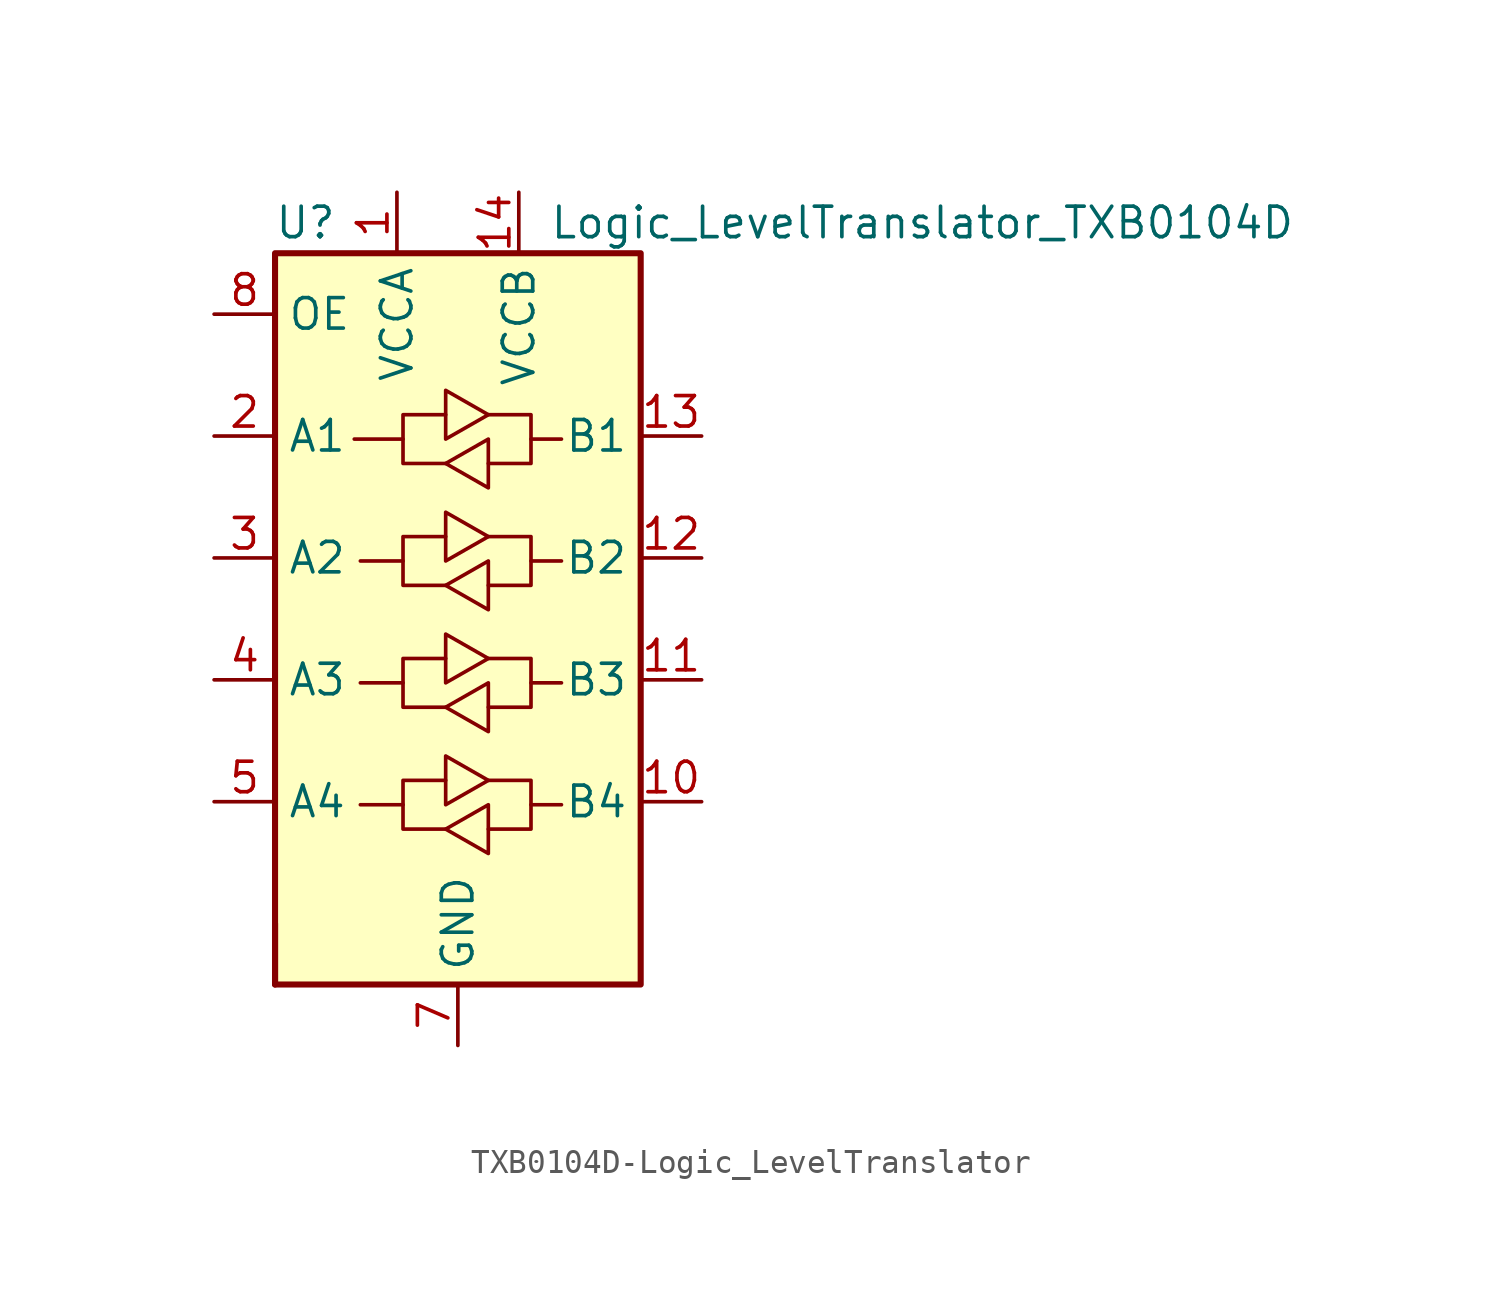
<source format=kicad_sym>
(kicad_symbol_lib
  (version 20231120)
  (generator "kicad_symbol_editor")
  (generator_version "8.0")
  (symbol "TXB0104D-Logic_LevelTranslator"
    (property "Reference" "U"
      (at -6.35 16.51 0)
      (effects (font (size 1.27 1.27))))
    (property "Value" "Logic_LevelTranslator_TXB0104D"
      (at 3.81 16.51 0)
      (effects (font (size 1.27 1.27)) (justify left)))
    (symbol "TXB0104D-Logic_LevelTranslator_0_1"
      (rectangle (start -7.62 -15.24) (end -7.62 -12.7) (stroke (width 0.254) (type solid)) (fill (type none)))
      (rectangle (start -7.62 15.24) (end 7.62 -15.24) (stroke (width 0.254) (type solid)) (fill (type background)))
      (polyline (pts (xy -2.286 -7.747) (xy -2.286 -6.731) (xy -0.508 -6.731)) (stroke (width 0) (type solid)) (fill (type none)))
      (polyline (pts (xy -2.286 -2.667) (xy -2.286 -1.651) (xy -0.508 -1.651)) (stroke (width 0) (type solid)) (fill (type none)))
      (polyline (pts (xy -2.286 2.413) (xy -2.286 3.429) (xy -0.508 3.429)) (stroke (width 0) (type solid)) (fill (type none)))
      (polyline (pts (xy -2.286 7.493) (xy -2.286 8.509) (xy -0.508 8.509)) (stroke (width 0) (type solid)) (fill (type none)))
      (polyline (pts (xy 3.048 -7.747) (xy 3.048 -8.763) (xy 1.27 -8.763)) (stroke (width 0) (type solid)) (fill (type none)))
      (polyline (pts (xy 3.048 -2.667) (xy 3.048 -3.683) (xy 1.27 -3.683)) (stroke (width 0) (type solid)) (fill (type none)))
      (polyline (pts (xy 3.048 2.413) (xy 3.048 1.397) (xy 1.27 1.397)) (stroke (width 0) (type solid)) (fill (type none)))
      (polyline (pts (xy 3.048 7.493) (xy 3.048 6.477) (xy 1.27 6.477)) (stroke (width 0) (type solid)) (fill (type none)))
      (polyline (pts (xy -0.508 -8.763) (xy -2.286 -8.763) (xy -2.286 -7.747) (xy -4.064 -7.747)) (stroke (width 0) (type solid)) (fill (type none)))
      (polyline (pts (xy -0.508 -8.763) (xy 1.27 -7.747) (xy 1.27 -9.779) (xy -0.508 -8.763)) (stroke (width 0) (type solid)) (fill (type none)))
      (polyline (pts (xy -0.508 -3.683) (xy -2.286 -3.683) (xy -2.286 -2.667) (xy -4.064 -2.667)) (stroke (width 0) (type solid)) (fill (type none)))
      (polyline (pts (xy -0.508 -3.683) (xy 1.27 -2.667) (xy 1.27 -4.699) (xy -0.508 -3.683)) (stroke (width 0) (type solid)) (fill (type none)))
      (polyline (pts (xy -0.508 1.397) (xy -2.286 1.397) (xy -2.286 2.413) (xy -4.064 2.413)) (stroke (width 0) (type solid)) (fill (type none)))
      (polyline (pts (xy -0.508 1.397) (xy 1.27 2.413) (xy 1.27 0.381) (xy -0.508 1.397)) (stroke (width 0) (type solid)) (fill (type none)))
      (polyline (pts (xy -0.508 6.477) (xy -2.286 6.477) (xy -2.286 7.493) (xy -4.318 7.493)) (stroke (width 0) (type solid)) (fill (type none)))
      (polyline (pts (xy -0.508 6.477) (xy 1.27 7.493) (xy 1.27 5.461) (xy -0.508 6.477)) (stroke (width 0) (type solid)) (fill (type none)))
      (polyline (pts (xy 1.27 -6.731) (xy -0.508 -7.747) (xy -0.508 -5.715) (xy 1.27 -6.731)) (stroke (width 0) (type solid)) (fill (type none)))
      (polyline (pts (xy 1.27 -6.731) (xy 3.048 -6.731) (xy 3.048 -7.747) (xy 4.318 -7.747)) (stroke (width 0) (type solid)) (fill (type none)))
      (polyline (pts (xy 1.27 -1.651) (xy -0.508 -2.667) (xy -0.508 -0.635) (xy 1.27 -1.651)) (stroke (width 0) (type solid)) (fill (type none)))
      (polyline (pts (xy 1.27 -1.651) (xy 3.048 -1.651) (xy 3.048 -2.667) (xy 4.318 -2.667)) (stroke (width 0) (type solid)) (fill (type none)))
      (polyline (pts (xy 1.27 3.429) (xy -0.508 2.413) (xy -0.508 4.445) (xy 1.27 3.429)) (stroke (width 0) (type solid)) (fill (type none)))
      (polyline (pts (xy 1.27 3.429) (xy 3.048 3.429) (xy 3.048 2.413) (xy 4.318 2.413)) (stroke (width 0) (type solid)) (fill (type none)))
      (polyline (pts (xy 1.27 8.509) (xy -0.508 7.493) (xy -0.508 9.525) (xy 1.27 8.509)) (stroke (width 0) (type solid)) (fill (type none)))
      (polyline (pts (xy 1.27 8.509) (xy 3.048 8.509) (xy 3.048 7.493) (xy 4.318 7.493)) (stroke (width 0) (type solid)) (fill (type none))))
    (symbol "TXB0104D-Logic_LevelTranslator_1_1"
      (pin power_in line (at -2.54 17.78 270) (length 2.54) (name "VCCA" (effects (font (size 1.27 1.27)))) (number "1" (effects (font (size 1.27 1.27)))))
      (pin bidirectional line (at 10.16 -7.62 180) (length 2.54) (name "B4" (effects (font (size 1.27 1.27)))) (number "10" (effects (font (size 1.27 1.27)))))
      (pin bidirectional line (at 10.16 -2.54 180) (length 2.54) (name "B3" (effects (font (size 1.27 1.27)))) (number "11" (effects (font (size 1.27 1.27)))))
      (pin bidirectional line (at 10.16 2.54 180) (length 2.54) (name "B2" (effects (font (size 1.27 1.27)))) (number "12" (effects (font (size 1.27 1.27)))))
      (pin bidirectional line (at 10.16 7.62 180) (length 2.54) (name "B1" (effects (font (size 1.27 1.27)))) (number "13" (effects (font (size 1.27 1.27)))))
      (pin power_in line (at 2.54 17.78 270) (length 2.54) (name "VCCB" (effects (font (size 1.27 1.27)))) (number "14" (effects (font (size 1.27 1.27)))))
      (pin bidirectional line (at -10.16 7.62 0) (length 2.54) (name "A1" (effects (font (size 1.27 1.27)))) (number "2" (effects (font (size 1.27 1.27)))))
      (pin bidirectional line (at -10.16 2.54 0) (length 2.54) (name "A2" (effects (font (size 1.27 1.27)))) (number "3" (effects (font (size 1.27 1.27)))))
      (pin bidirectional line (at -10.16 -2.54 0) (length 2.54) (name "A3" (effects (font (size 1.27 1.27)))) (number "4" (effects (font (size 1.27 1.27)))))
      (pin bidirectional line (at -10.16 -7.62 0) (length 2.54) (name "A4" (effects (font (size 1.27 1.27)))) (number "5" (effects (font (size 1.27 1.27)))))
      (pin no_connect line (at -10.16 -12.7 0) (length 2.54) hide (name "NC" (effects (font (size 1.27 1.27)))) (number "6" (effects (font (size 1.27 1.27)))))
      (pin power_in line (at 0 -17.78 90) (length 2.54) (name "GND" (effects (font (size 1.27 1.27)))) (number "7" (effects (font (size 1.27 1.27)))))
      (pin input line (at -10.16 12.7 0) (length 2.54) (name "OE" (effects (font (size 1.27 1.27)))) (number "8" (effects (font (size 1.27 1.27)))))
      (pin no_connect line (at 10.16 -12.7 180) (length 2.54) hide (name "NC" (effects (font (size 1.27 1.27)))) (number "9" (effects (font (size 1.27 1.27))))))))
</source>
